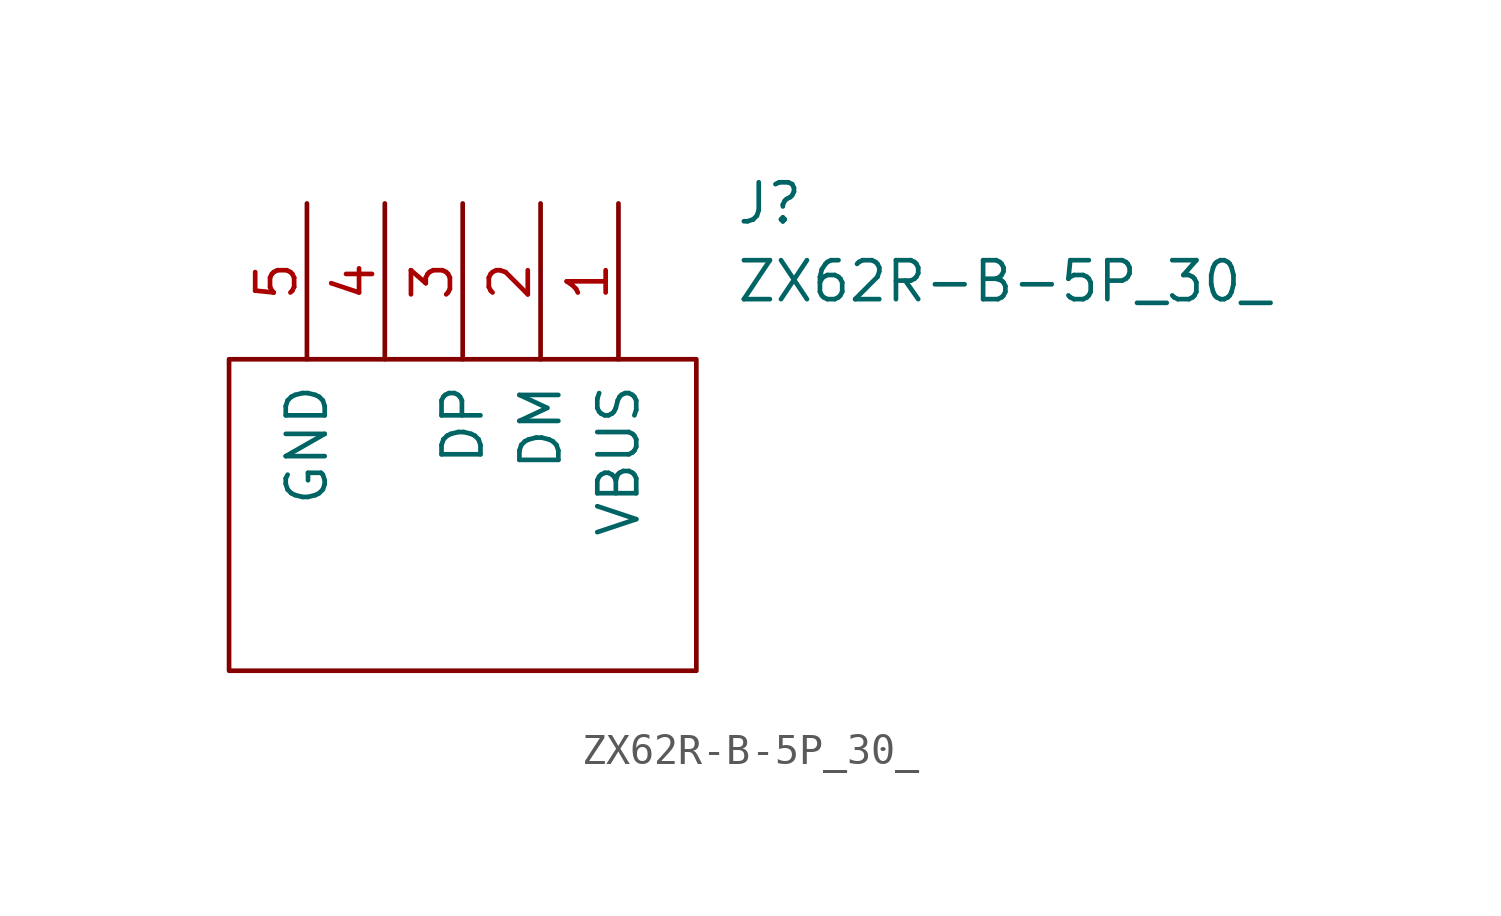
<source format=kicad_sym>
(kicad_symbol_lib
  (version 20220914)
  (generator kicad_symbol_editor)
  (symbol "ZX62R-B-5P_30_"
    (pin_names
      (offset 0.762))
    (property "Reference" "J"
      (at 13.97 0 0)
      (effects (font (size 1.27 1.27)) (justify left)))
    (property "Value" "ZX62R-B-5P_30_"
      (at 13.97 -2.54 0)
      (effects (font (size 1.27 1.27)) (justify left)))
    (symbol "ZX62R-B-5P_30__0_0"
      (pin power_out line (at 10.16 0 270) (length 5.08) (name "VBUS" (effects (font (size 1.27 1.27)))) (number "1" (effects (font (size 1.27 1.27)))))
      (pin bidirectional line (at 7.62 0 270) (length 5.08) (name "DM" (effects (font (size 1.27 1.27)))) (number "2" (effects (font (size 1.27 1.27)))))
      (pin bidirectional line (at 5.08 0 270) (length 5.08) (name "DP" (effects (font (size 1.27 1.27)))) (number "3" (effects (font (size 1.27 1.27)))))
      (pin bidirectional line (at 2.54 0 270) (length 5.08) (name "~" (effects (font (size 1.27 1.27)))) (number "4" (effects (font (size 1.27 1.27)))))
      (pin power_out line (at 0 0 270) (length 5.08) (name "GND" (effects (font (size 1.27 1.27)))) (number "5" (effects (font (size 1.27 1.27))))))
    (symbol "ZX62R-B-5P_30__0_1"
      (polyline (pts (xy -2.54 -5.08) (xy 12.7 -5.08) (xy 12.7 -15.24) (xy -2.54 -15.24) (xy -2.54 -5.08)) (stroke (width 0.152) (type solid)) (fill (type none))))))
</source>
